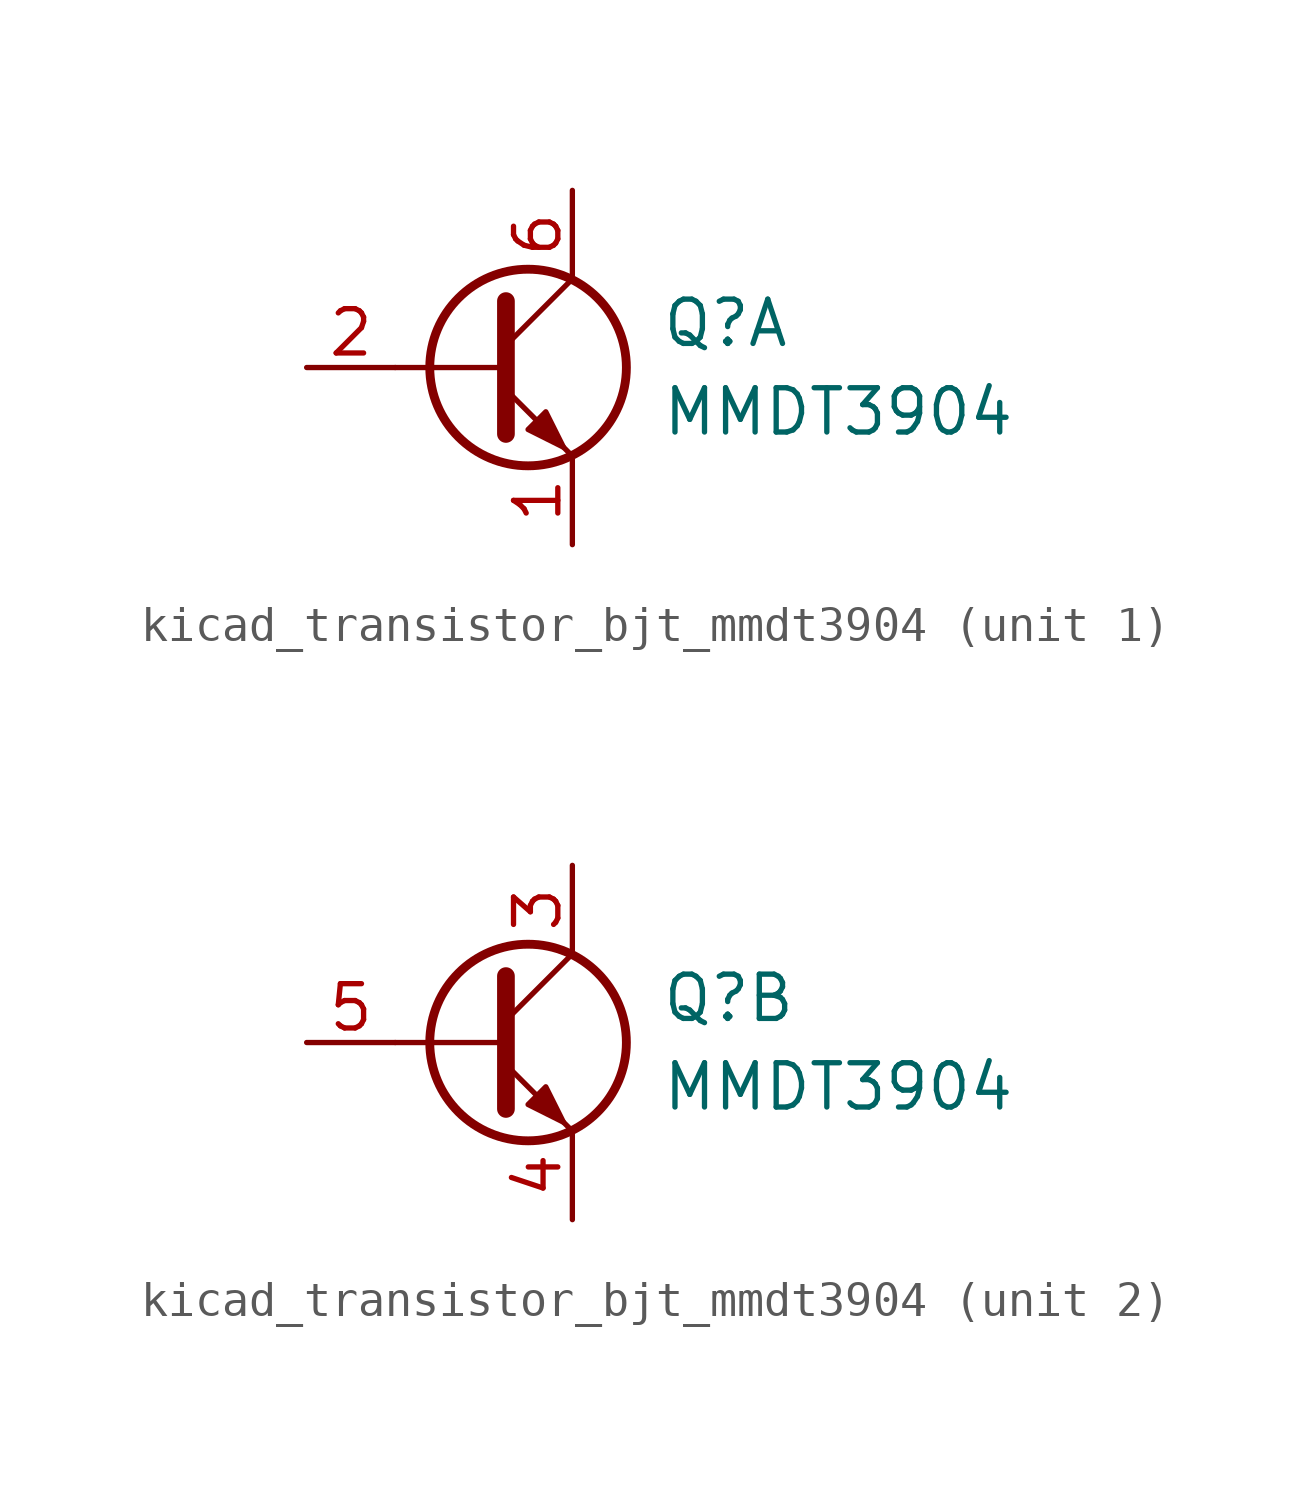
<source format=kicad_sym>
(kicad_symbol_lib
  (version 20220914)
  (generator kicad_symbol_editor)
  (symbol "kicad_transistor_bjt_mmdt3904"
    (pin_names
      (offset 0) hide)
    (property "Reference" "Q"
      (at 5.08 1.27 0)
      (effects (font (size 1.27 1.27)) (justify left)))
    (property "Value" "MMDT3904"
      (at 5.08 -1.27 0)
      (effects (font (size 1.27 1.27)) (justify left)))
    (property "ki_locked" ""
      (at 0 0 0)
      (effects (font (size 1.27 1.27))))
    (symbol "kicad_transistor_bjt_mmdt3904_0_1"
      (polyline (pts (xy 0.635 0) (xy -2.54 0)) (stroke (width 0) (type default)) (fill (type none)))
      (polyline (pts (xy 0.635 0.635) (xy 2.54 2.54)) (stroke (width 0) (type default)) (fill (type none)))
      (polyline (pts (xy 0.635 -0.635) (xy 2.54 -2.54) (xy 2.54 -2.54)) (stroke (width 0) (type default)) (fill (type none)))
      (polyline (pts (xy 0.635 1.905) (xy 0.635 -1.905) (xy 0.635 -1.905)) (stroke (width 0.508) (type default)) (fill (type none)))
      (polyline (pts (xy 1.27 -1.778) (xy 1.778 -1.27) (xy 2.286 -2.286) (xy 1.27 -1.778) (xy 1.27 -1.778)) (stroke (width 0) (type default)) (fill (type outline)))
      (circle (center 1.27 0) (radius 2.819) (stroke (width 0.254) (type default)) (fill (type none))))
    (symbol "kicad_transistor_bjt_mmdt3904_1_1"
      (pin passive line (at 2.54 -5.08 90) (length 2.54) (name "E1" (effects (font (size 1.27 1.27)))) (number "1" (effects (font (size 1.27 1.27)))))
      (pin input line (at -5.08 0 0) (length 2.54) (name "B1" (effects (font (size 1.27 1.27)))) (number "2" (effects (font (size 1.27 1.27)))))
      (pin passive line (at 2.54 5.08 270) (length 2.54) (name "C1" (effects (font (size 1.27 1.27)))) (number "6" (effects (font (size 1.27 1.27))))))
    (symbol "kicad_transistor_bjt_mmdt3904_2_1"
      (pin passive line (at 2.54 5.08 270) (length 2.54) (name "C2" (effects (font (size 1.27 1.27)))) (number "3" (effects (font (size 1.27 1.27)))))
      (pin passive line (at 2.54 -5.08 90) (length 2.54) (name "E2" (effects (font (size 1.27 1.27)))) (number "4" (effects (font (size 1.27 1.27)))))
      (pin input line (at -5.08 0 0) (length 2.54) (name "B2" (effects (font (size 1.27 1.27)))) (number "5" (effects (font (size 1.27 1.27))))))))
</source>
